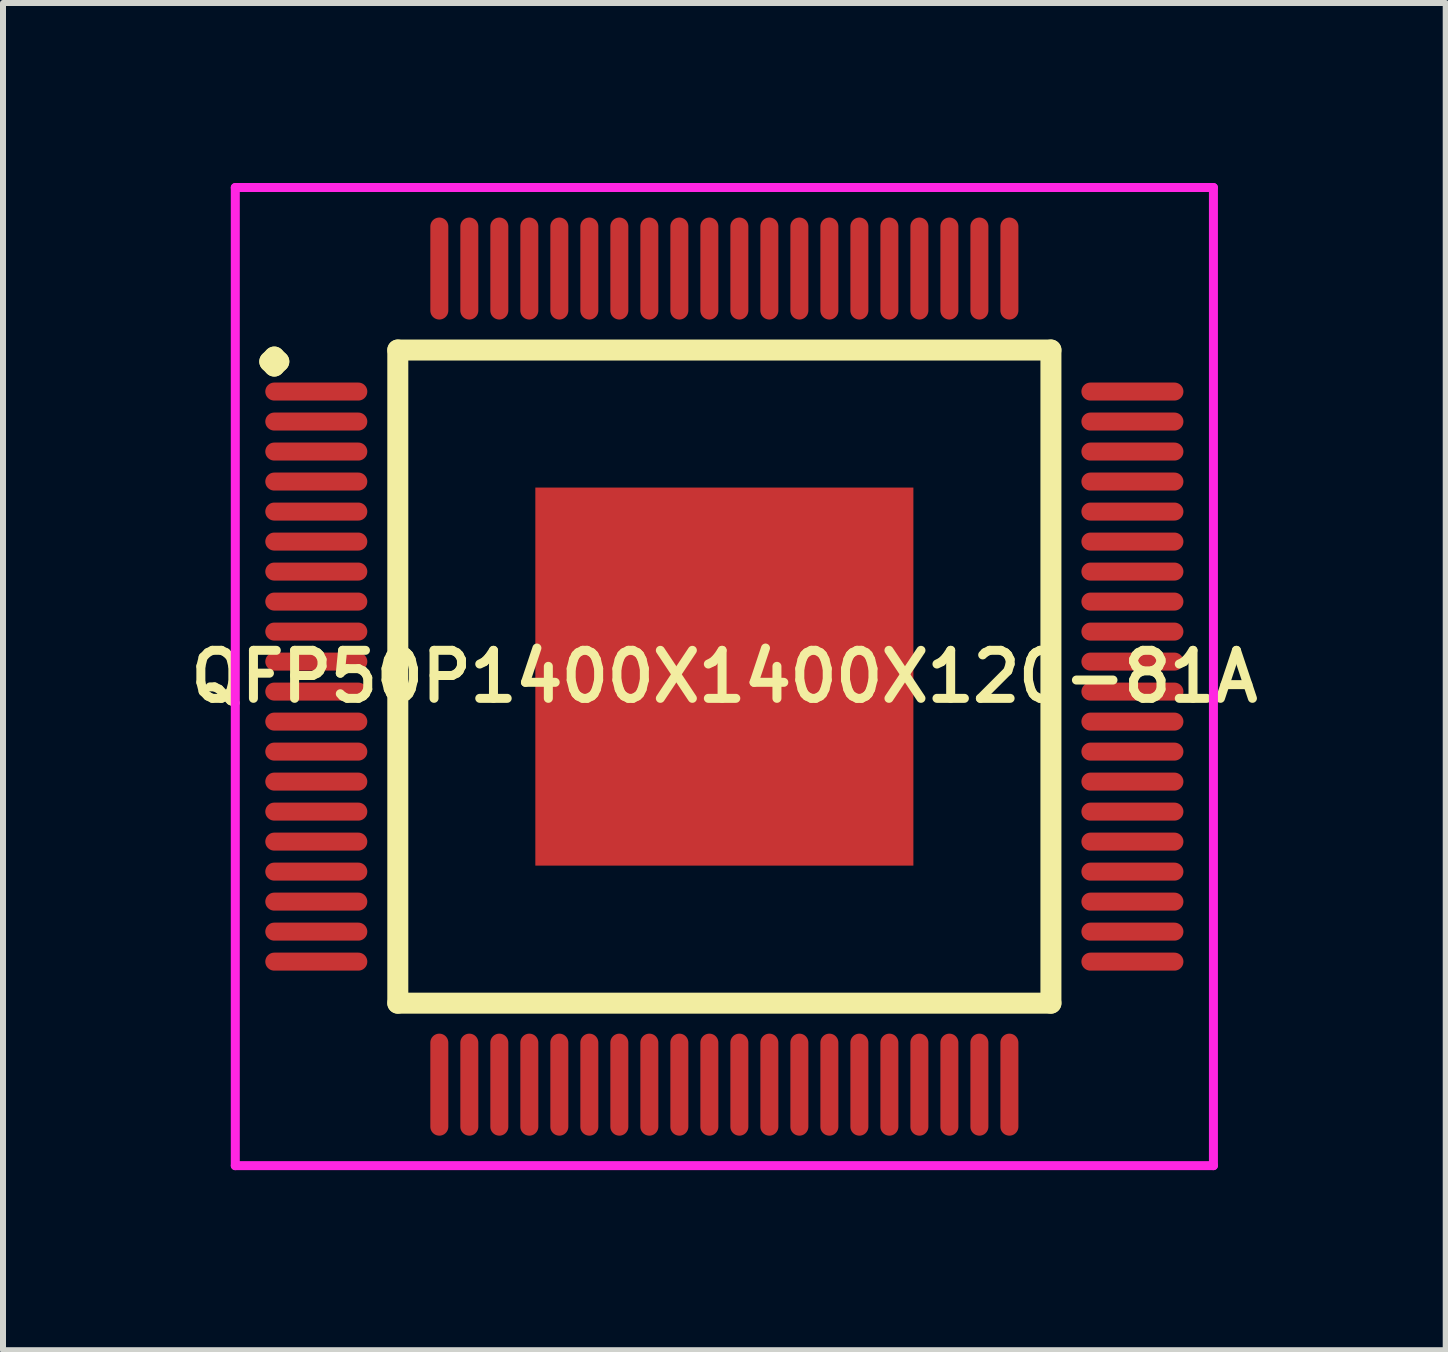
<source format=kicad_pcb>
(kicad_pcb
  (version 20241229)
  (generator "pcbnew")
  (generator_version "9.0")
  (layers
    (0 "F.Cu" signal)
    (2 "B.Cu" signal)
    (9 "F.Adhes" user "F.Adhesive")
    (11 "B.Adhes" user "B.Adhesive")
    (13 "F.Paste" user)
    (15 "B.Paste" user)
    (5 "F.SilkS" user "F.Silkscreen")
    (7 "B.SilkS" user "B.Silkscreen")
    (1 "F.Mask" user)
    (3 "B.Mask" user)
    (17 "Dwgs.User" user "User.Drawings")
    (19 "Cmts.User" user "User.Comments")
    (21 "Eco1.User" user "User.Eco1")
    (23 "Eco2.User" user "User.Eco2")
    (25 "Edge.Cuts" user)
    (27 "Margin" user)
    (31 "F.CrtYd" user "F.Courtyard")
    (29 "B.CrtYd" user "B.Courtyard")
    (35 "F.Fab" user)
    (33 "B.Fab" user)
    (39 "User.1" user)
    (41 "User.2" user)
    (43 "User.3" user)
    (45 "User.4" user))
  (footprint "QFP50P1400X1400X120-81A"
    (layer "F.Cu")
    (at 9.021 8.225)
    (property "Reference" "QFP50P1400X1400X120-81A" (at 0 0 0) (layer "F.SilkS") (effects (font (size 0.8 0.8) (thickness 0.15))))
    (attr smd)
    (fp_line (start -7.575 -5.25) (end -7.5 -5.325) (stroke (width 0.35) (type solid)) (layer "F.SilkS"))
    (fp_line (start -7.5 -5.325) (end -7.425 -5.25) (stroke (width 0.35) (type solid)) (layer "F.SilkS"))
    (fp_line (start -7.5 -5.175) (end -7.575 -5.25) (stroke (width 0.35) (type solid)) (layer "F.SilkS"))
    (fp_line (start -7.425 -5.25) (end -7.5 -5.175) (stroke (width 0.35) (type solid)) (layer "F.SilkS"))
    (fp_line (start -5.442 -5.442) (end -5.442 5.442) (stroke (width 0.35) (type solid)) (layer "F.SilkS"))
    (fp_line (start -5.442 5.442) (end 5.442 5.442) (stroke (width 0.35) (type solid)) (layer "F.SilkS"))
    (fp_line (start 5.442 -5.442) (end -5.442 -5.442) (stroke (width 0.35) (type solid)) (layer "F.SilkS"))
    (fp_line (start 5.442 5.442) (end 5.442 -5.442) (stroke (width 0.35) (type solid)) (layer "F.SilkS"))
    (fp_line (start -8.15 -8.15) (end 8.15 -8.15) (stroke (width 0.15) (type solid)) (layer "F.CrtYd"))
    (fp_line (start -8.15 8.15) (end -8.15 -8.15) (stroke (width 0.15) (type solid)) (layer "F.CrtYd"))
    (fp_line (start 8.15 -8.15) (end 8.15 8.15) (stroke (width 0.15) (type solid)) (layer "F.CrtYd"))
    (fp_line (start 8.15 8.15) (end -8.15 8.15) (stroke (width 0.15) (type solid)) (layer "F.CrtYd"))
    (pad "1" smd oval (at -6.8 -4.75) (size 1.7 0.3) (layers "F.Cu" "F.Mask" "F.Paste"))
    (pad "2" smd oval (at -6.8 -4.25) (size 1.7 0.3) (layers "F.Cu" "F.Mask" "F.Paste"))
    (pad "3" smd oval (at -6.8 -3.75) (size 1.7 0.3) (layers "F.Cu" "F.Mask" "F.Paste"))
    (pad "4" smd oval (at -6.8 -3.25) (size 1.7 0.3) (layers "F.Cu" "F.Mask" "F.Paste"))
    (pad "5" smd oval (at -6.8 -2.75) (size 1.7 0.3) (layers "F.Cu" "F.Mask" "F.Paste"))
    (pad "6" smd oval (at -6.8 -2.25) (size 1.7 0.3) (layers "F.Cu" "F.Mask" "F.Paste"))
    (pad "7" smd oval (at -6.8 -1.75) (size 1.7 0.3) (layers "F.Cu" "F.Mask" "F.Paste"))
    (pad "8" smd oval (at -6.8 -1.25) (size 1.7 0.3) (layers "F.Cu" "F.Mask" "F.Paste"))
    (pad "9" smd oval (at -6.8 -0.75) (size 1.7 0.3) (layers "F.Cu" "F.Mask" "F.Paste"))
    (pad "10" smd oval (at -6.8 -0.25) (size 1.7 0.3) (layers "F.Cu" "F.Mask" "F.Paste"))
    (pad "11" smd oval (at -6.8 0.25) (size 1.7 0.3) (layers "F.Cu" "F.Mask" "F.Paste"))
    (pad "12" smd oval (at -6.8 0.75) (size 1.7 0.3) (layers "F.Cu" "F.Mask" "F.Paste"))
    (pad "13" smd oval (at -6.8 1.25) (size 1.7 0.3) (layers "F.Cu" "F.Mask" "F.Paste"))
    (pad "14" smd oval (at -6.8 1.75) (size 1.7 0.3) (layers "F.Cu" "F.Mask" "F.Paste"))
    (pad "15" smd oval (at -6.8 2.25) (size 1.7 0.3) (layers "F.Cu" "F.Mask" "F.Paste"))
    (pad "16" smd oval (at -6.8 2.75) (size 1.7 0.3) (layers "F.Cu" "F.Mask" "F.Paste"))
    (pad "17" smd oval (at -6.8 3.25) (size 1.7 0.3) (layers "F.Cu" "F.Mask" "F.Paste"))
    (pad "18" smd oval (at -6.8 3.75) (size 1.7 0.3) (layers "F.Cu" "F.Mask" "F.Paste"))
    (pad "19" smd oval (at -6.8 4.25) (size 1.7 0.3) (layers "F.Cu" "F.Mask" "F.Paste"))
    (pad "20" smd oval (at -6.8 4.75) (size 1.7 0.3) (layers "F.Cu" "F.Mask" "F.Paste"))
    (pad "21" smd oval (at -4.75 6.8) (size 0.3 1.7) (layers "F.Cu" "F.Mask" "F.Paste"))
    (pad "22" smd oval (at -4.25 6.8) (size 0.3 1.7) (layers "F.Cu" "F.Mask" "F.Paste"))
    (pad "23" smd oval (at -3.75 6.8) (size 0.3 1.7) (layers "F.Cu" "F.Mask" "F.Paste"))
    (pad "24" smd oval (at -3.25 6.8) (size 0.3 1.7) (layers "F.Cu" "F.Mask" "F.Paste"))
    (pad "25" smd oval (at -2.75 6.8) (size 0.3 1.7) (layers "F.Cu" "F.Mask" "F.Paste"))
    (pad "26" smd oval (at -2.25 6.8) (size 0.3 1.7) (layers "F.Cu" "F.Mask" "F.Paste"))
    (pad "27" smd oval (at -1.75 6.8) (size 0.3 1.7) (layers "F.Cu" "F.Mask" "F.Paste"))
    (pad "28" smd oval (at -1.25 6.8) (size 0.3 1.7) (layers "F.Cu" "F.Mask" "F.Paste"))
    (pad "29" smd oval (at -0.75 6.8) (size 0.3 1.7) (layers "F.Cu" "F.Mask" "F.Paste"))
    (pad "30" smd oval (at -0.25 6.8) (size 0.3 1.7) (layers "F.Cu" "F.Mask" "F.Paste"))
    (pad "31" smd oval (at 0.25 6.8) (size 0.3 1.7) (layers "F.Cu" "F.Mask" "F.Paste"))
    (pad "32" smd oval (at 0.75 6.8) (size 0.3 1.7) (layers "F.Cu" "F.Mask" "F.Paste"))
    (pad "33" smd oval (at 1.25 6.8) (size 0.3 1.7) (layers "F.Cu" "F.Mask" "F.Paste"))
    (pad "34" smd oval (at 1.75 6.8) (size 0.3 1.7) (layers "F.Cu" "F.Mask" "F.Paste"))
    (pad "35" smd oval (at 2.25 6.8) (size 0.3 1.7) (layers "F.Cu" "F.Mask" "F.Paste"))
    (pad "36" smd oval (at 2.75 6.8) (size 0.3 1.7) (layers "F.Cu" "F.Mask" "F.Paste"))
    (pad "37" smd oval (at 3.25 6.8) (size 0.3 1.7) (layers "F.Cu" "F.Mask" "F.Paste"))
    (pad "38" smd oval (at 3.75 6.8) (size 0.3 1.7) (layers "F.Cu" "F.Mask" "F.Paste"))
    (pad "39" smd oval (at 4.25 6.8) (size 0.3 1.7) (layers "F.Cu" "F.Mask" "F.Paste"))
    (pad "40" smd oval (at 4.75 6.8) (size 0.3 1.7) (layers "F.Cu" "F.Mask" "F.Paste"))
    (pad "41" smd oval (at 6.8 4.75) (size 1.7 0.3) (layers "F.Cu" "F.Mask" "F.Paste"))
    (pad "42" smd oval (at 6.8 4.25) (size 1.7 0.3) (layers "F.Cu" "F.Mask" "F.Paste"))
    (pad "43" smd oval (at 6.8 3.75) (size 1.7 0.3) (layers "F.Cu" "F.Mask" "F.Paste"))
    (pad "44" smd oval (at 6.8 3.25) (size 1.7 0.3) (layers "F.Cu" "F.Mask" "F.Paste"))
    (pad "45" smd oval (at 6.8 2.75) (size 1.7 0.3) (layers "F.Cu" "F.Mask" "F.Paste"))
    (pad "46" smd oval (at 6.8 2.25) (size 1.7 0.3) (layers "F.Cu" "F.Mask" "F.Paste"))
    (pad "47" smd oval (at 6.8 1.75) (size 1.7 0.3) (layers "F.Cu" "F.Mask" "F.Paste"))
    (pad "48" smd oval (at 6.8 1.25) (size 1.7 0.3) (layers "F.Cu" "F.Mask" "F.Paste"))
    (pad "49" smd oval (at 6.8 0.75) (size 1.7 0.3) (layers "F.Cu" "F.Mask" "F.Paste"))
    (pad "50" smd oval (at 6.8 0.25) (size 1.7 0.3) (layers "F.Cu" "F.Mask" "F.Paste"))
    (pad "51" smd oval (at 6.8 -0.25) (size 1.7 0.3) (layers "F.Cu" "F.Mask" "F.Paste"))
    (pad "52" smd oval (at 6.8 -0.75) (size 1.7 0.3) (layers "F.Cu" "F.Mask" "F.Paste"))
    (pad "53" smd oval (at 6.8 -1.25) (size 1.7 0.3) (layers "F.Cu" "F.Mask" "F.Paste"))
    (pad "54" smd oval (at 6.8 -1.75) (size 1.7 0.3) (layers "F.Cu" "F.Mask" "F.Paste"))
    (pad "55" smd oval (at 6.8 -2.25) (size 1.7 0.3) (layers "F.Cu" "F.Mask" "F.Paste"))
    (pad "56" smd oval (at 6.8 -2.75) (size 1.7 0.3) (layers "F.Cu" "F.Mask" "F.Paste"))
    (pad "57" smd oval (at 6.8 -3.25) (size 1.7 0.3) (layers "F.Cu" "F.Mask" "F.Paste"))
    (pad "58" smd oval (at 6.8 -3.75) (size 1.7 0.3) (layers "F.Cu" "F.Mask" "F.Paste"))
    (pad "59" smd oval (at 6.8 -4.25) (size 1.7 0.3) (layers "F.Cu" "F.Mask" "F.Paste"))
    (pad "60" smd oval (at 6.8 -4.75) (size 1.7 0.3) (layers "F.Cu" "F.Mask" "F.Paste"))
    (pad "61" smd oval (at 4.75 -6.8) (size 0.3 1.7) (layers "F.Cu" "F.Mask" "F.Paste"))
    (pad "62" smd oval (at 4.25 -6.8) (size 0.3 1.7) (layers "F.Cu" "F.Mask" "F.Paste"))
    (pad "63" smd oval (at 3.75 -6.8) (size 0.3 1.7) (layers "F.Cu" "F.Mask" "F.Paste"))
    (pad "64" smd oval (at 3.25 -6.8) (size 0.3 1.7) (layers "F.Cu" "F.Mask" "F.Paste"))
    (pad "65" smd oval (at 2.75 -6.8) (size 0.3 1.7) (layers "F.Cu" "F.Mask" "F.Paste"))
    (pad "66" smd oval (at 2.25 -6.8) (size 0.3 1.7) (layers "F.Cu" "F.Mask" "F.Paste"))
    (pad "67" smd oval (at 1.75 -6.8) (size 0.3 1.7) (layers "F.Cu" "F.Mask" "F.Paste"))
    (pad "68" smd oval (at 1.25 -6.8) (size 0.3 1.7) (layers "F.Cu" "F.Mask" "F.Paste"))
    (pad "69" smd oval (at 0.75 -6.8) (size 0.3 1.7) (layers "F.Cu" "F.Mask" "F.Paste"))
    (pad "70" smd oval (at 0.25 -6.8) (size 0.3 1.7) (layers "F.Cu" "F.Mask" "F.Paste"))
    (pad "71" smd oval (at -0.25 -6.8) (size 0.3 1.7) (layers "F.Cu" "F.Mask" "F.Paste"))
    (pad "72" smd oval (at -0.75 -6.8) (size 0.3 1.7) (layers "F.Cu" "F.Mask" "F.Paste"))
    (pad "73" smd oval (at -1.25 -6.8) (size 0.3 1.7) (layers "F.Cu" "F.Mask" "F.Paste"))
    (pad "74" smd oval (at -1.75 -6.8) (size 0.3 1.7) (layers "F.Cu" "F.Mask" "F.Paste"))
    (pad "75" smd oval (at -2.25 -6.8) (size 0.3 1.7) (layers "F.Cu" "F.Mask" "F.Paste"))
    (pad "76" smd oval (at -2.75 -6.8) (size 0.3 1.7) (layers "F.Cu" "F.Mask" "F.Paste"))
    (pad "77" smd oval (at -3.25 -6.8) (size 0.3 1.7) (layers "F.Cu" "F.Mask" "F.Paste"))
    (pad "78" smd oval (at -3.75 -6.8) (size 0.3 1.7) (layers "F.Cu" "F.Mask" "F.Paste"))
    (pad "79" smd oval (at -4.25 -6.8) (size 0.3 1.7) (layers "F.Cu" "F.Mask" "F.Paste"))
    (pad "80" smd oval (at -4.75 -6.8) (size 0.3 1.7) (layers "F.Cu" "F.Mask" "F.Paste"))
    (pad "81" smd rect (at 0 0) (size 6.3 6.3) (layers "F.Cu" "F.Mask" "F.Paste")))
  (gr_rect
    (start -3 -3)
    (end 21.042 19.45)
    (stroke (width 0.1) (type default))
    (fill no)
    (layer "Edge.Cuts")))
</source>
